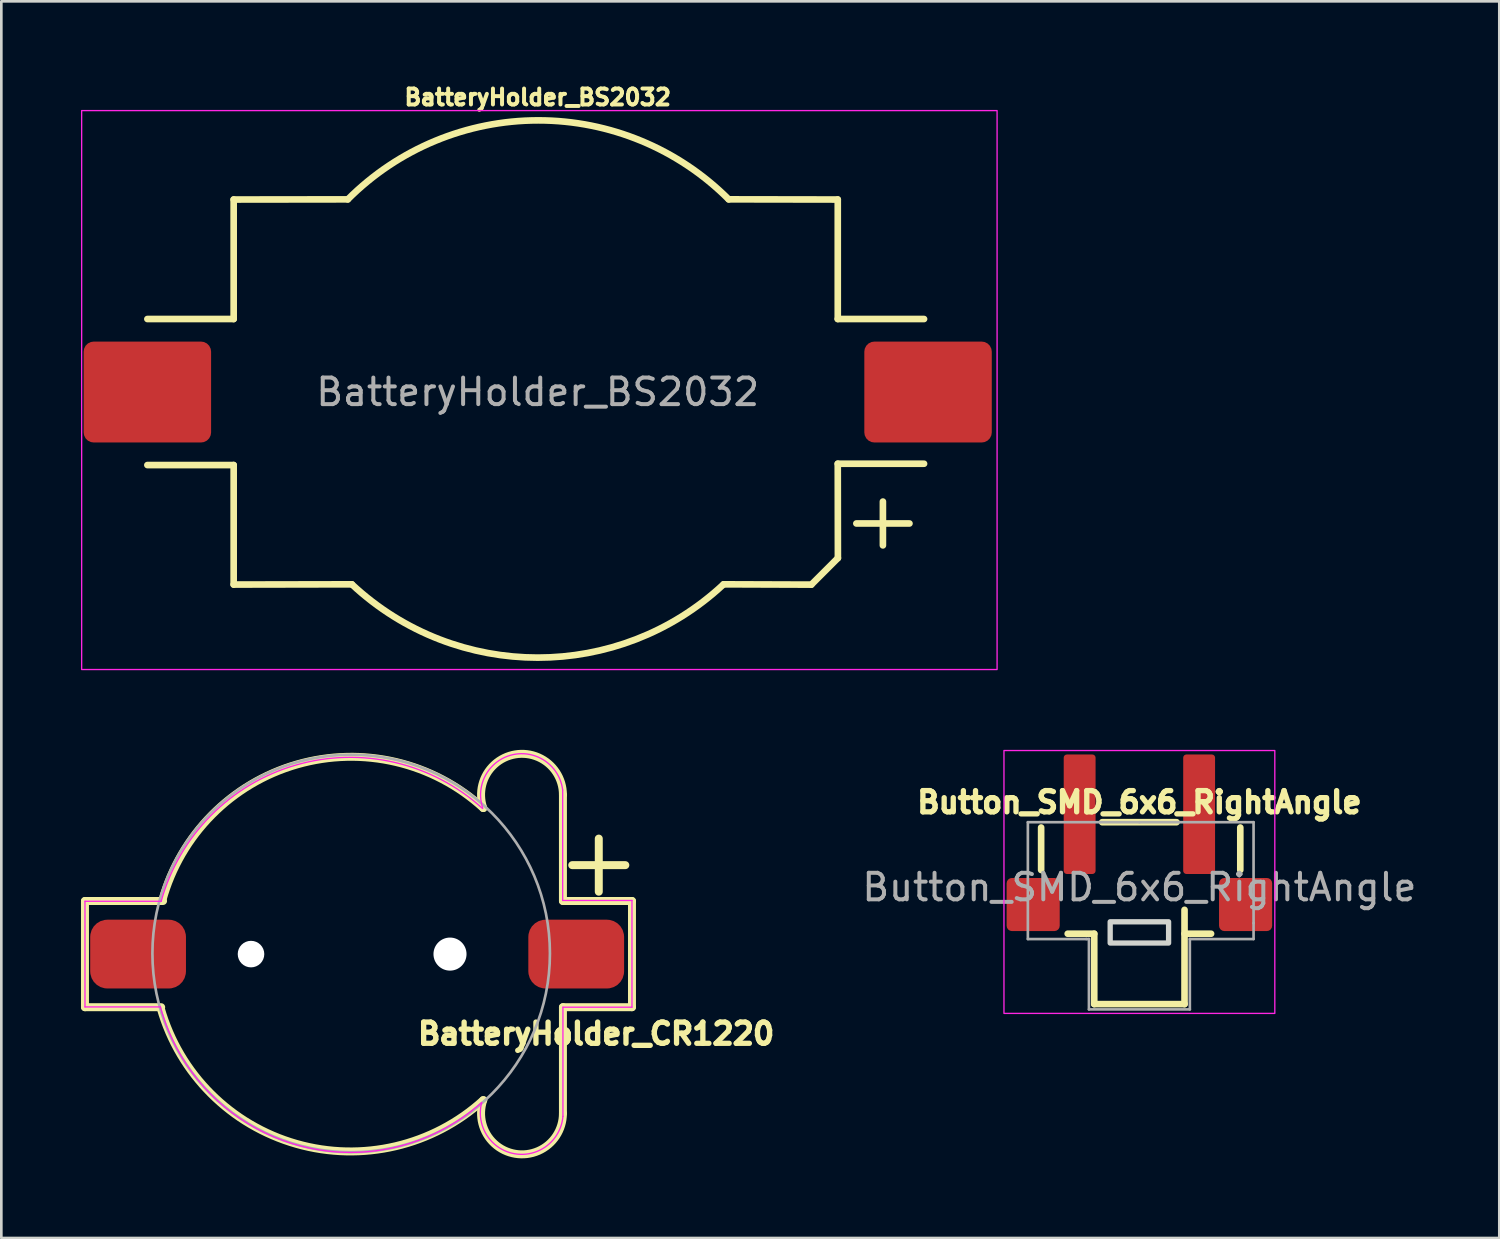
<source format=kicad_pcb>
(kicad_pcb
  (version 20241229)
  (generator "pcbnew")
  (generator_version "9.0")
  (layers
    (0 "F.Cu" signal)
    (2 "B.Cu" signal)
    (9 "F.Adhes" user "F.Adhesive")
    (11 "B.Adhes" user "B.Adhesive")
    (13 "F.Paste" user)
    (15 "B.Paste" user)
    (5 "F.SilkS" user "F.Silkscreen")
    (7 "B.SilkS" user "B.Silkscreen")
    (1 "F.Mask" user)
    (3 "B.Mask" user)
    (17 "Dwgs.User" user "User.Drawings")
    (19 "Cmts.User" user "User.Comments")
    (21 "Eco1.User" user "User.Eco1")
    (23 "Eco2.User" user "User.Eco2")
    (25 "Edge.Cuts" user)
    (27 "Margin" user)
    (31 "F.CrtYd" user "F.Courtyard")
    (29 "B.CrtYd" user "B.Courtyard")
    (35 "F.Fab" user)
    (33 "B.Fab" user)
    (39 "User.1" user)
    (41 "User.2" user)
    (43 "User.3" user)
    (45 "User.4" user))
  (footprint "BatteryHolder_CR1220"
    (layer "F.Cu")
    (at 10.15 32.881)
    (property "Reference" "BatteryHolder_CR1220" (at 9.25 3 0) (layer "F.SilkS") (effects (font (size 0.8 0.8) (thickness 0.2))))
    (attr smd)
    (fp_line (start -10 -2) (end -10 2) (stroke (width 0.3) (type solid)) (layer "F.SilkS"))
    (fp_line (start -10 -2) (end -7.06 -2) (stroke (width 0.3) (type solid)) (layer "F.SilkS"))
    (fp_line (start -10 2) (end -10 0) (stroke (width 0.12) (type solid)) (layer "F.SilkS"))
    (fp_line (start -10 2) (end -7.13 2) (stroke (width 0.3) (type solid)) (layer "F.SilkS"))
    (fp_line (start 8 -2) (end 8 -6) (stroke (width 0.3) (type solid)) (layer "F.SilkS"))
    (fp_line (start 8 6) (end 8 2) (stroke (width 0.3) (type solid)) (layer "F.SilkS"))
    (fp_line (start 8.35 -3.35) (end 10.35 -3.35) (stroke (width 0.3) (type solid)) (layer "F.SilkS"))
    (fp_line (start 9.35 -4.35) (end 9.35 -2.35) (stroke (width 0.3) (type solid)) (layer "F.SilkS"))
    (fp_line (start 10.6 -2) (end 8 -2) (stroke (width 0.3) (type solid)) (layer "F.SilkS"))
    (fp_line (start 10.6 2) (end 8 2) (stroke (width 0.3) (type solid)) (layer "F.SilkS"))
    (fp_line (start 10.6 2) (end 10.6 -2) (stroke (width 0.3) (type solid)) (layer "F.SilkS"))
    (fp_arc (start -7.085387 -2.023702) (mid -2.015108 -7.142458) (end 4.999999 -5.499999) (stroke (width 0.3) (type solid)) (layer "F.SilkS"))
    (fp_arc (start 4.999999 -5.499999) (mid 6.204881 -7.520689) (end 8 -6) (stroke (width 0.3) (type solid)) (layer "F.SilkS"))
    (fp_arc (start 5 5.5) (mid -2.034878 7.148013) (end -7.14704 2.042011) (stroke (width 0.3) (type solid)) (layer "F.SilkS"))
    (fp_arc (start 8 6) (mid 6.20488 7.520694) (end 5 5.5) (stroke (width 0.3) (type solid)) (layer "F.SilkS"))
    (fp_line (start -10 -1.99) (end -10 1.99) (stroke (width 0.05) (type solid)) (layer "F.CrtYd"))
    (fp_line (start -10 1.99) (end -7.16 1.99) (stroke (width 0.05) (type solid)) (layer "F.CrtYd"))
    (fp_line (start -7.13 -1.99) (end -10 -1.99) (stroke (width 0.05) (type solid)) (layer "F.CrtYd"))
    (fp_line (start 7.99 -6.18) (end 7.99 -2.02) (stroke (width 0.05) (type solid)) (layer "F.CrtYd"))
    (fp_line (start 7.99 -2.02) (end 10.6 -2.02) (stroke (width 0.05) (type solid)) (layer "F.CrtYd"))
    (fp_line (start 8 2) (end 8 6.11) (stroke (width 0.05) (type solid)) (layer "F.CrtYd"))
    (fp_line (start 10.6 -2.02) (end 10.6 2) (stroke (width 0.05) (type solid)) (layer "F.CrtYd"))
    (fp_line (start 10.6 2) (end 8 2) (stroke (width 0.05) (type solid)) (layer "F.CrtYd"))
    (fp_arc (start -7.13 -1.99) (mid -2.054791 -7.119859) (end 4.973172 -5.482502) (stroke (width 0.05) (type solid)) (layer "F.CrtYd"))
    (fp_arc (start 4.94 5.59) (mid -2.112702 7.160194) (end -7.16 1.99) (stroke (width 0.05) (type solid)) (layer "F.CrtYd"))
    (fp_arc (start 4.98 -5.5) (mid 6.107879 -7.509316) (end 7.99 -6.18) (stroke (width 0.05) (type solid)) (layer "F.CrtYd"))
    (fp_arc (start 7.999999 6.11) (mid 6.186268 7.519655) (end 4.94 5.59) (stroke (width 0.05) (type solid)) (layer "F.CrtYd"))
    (fp_circle (center 0.025 -0.025) (end 5.075 5.5) (stroke (width 0.1) (type solid)) (fill no) (layer "F.Fab"))
    (pad "" np_thru_hole circle (at -3.747 0 90) (size 1 1) (drill 1) (layers "*.Cu" "*.Mask"))
    (pad "" np_thru_hole circle (at 3.747 0 90) (size 1.245 1.245) (drill 1.3) (layers "*.Cu" "*.Mask"))
    (pad "1" smd roundrect (at 8.5 0) (size 3.607 2.591) (layers "F.Cu" "F.Mask" "F.Paste") (roundrect_rratio 0.25))
    (pad "2" smd roundrect (at -8 0) (size 3.607 2.591) (layers "F.Cu" "F.Mask" "F.Paste") (roundrect_rratio 0.25)))
  (footprint "BatteryHolder_BS2032"
    (layer "F.Cu")
    (at 17.2 11.714)
    (property "Reference" "BatteryHolder_BS2032" (at 0 -11.1 0) (unlocked yes) (layer "F.SilkS") (effects (font (size 0.6 0.6) (thickness 0.15))))
    (attr smd)
    (fp_line (start -14.7 2.75) (end -11.45 2.75) (stroke (width 0.25) (type solid)) (layer "F.SilkS"))
    (fp_line (start -11.45 -2.75) (end -14.7 -2.75) (stroke (width 0.25) (type solid)) (layer "F.SilkS"))
    (fp_line (start -11.45 -2.75) (end -11.45 -7.25) (stroke (width 0.25) (type solid)) (layer "F.SilkS"))
    (fp_line (start -11.45 2.75) (end -11.45 7.25) (stroke (width 0.25) (type solid)) (layer "F.SilkS"))
    (fp_line (start -7.152 -7.256) (end -11.45 -7.25) (stroke (width 0.25) (type solid)) (layer "F.SilkS"))
    (fp_line (start -7 7.241) (end -11.45 7.25) (stroke (width 0.25) (type solid)) (layer "F.SilkS"))
    (fp_line (start 7 7.241) (end 10.305 7.253) (stroke (width 0.25) (type solid)) (layer "F.SilkS"))
    (fp_line (start 7.193 -7.257) (end 11.3 -7.25) (stroke (width 0.25) (type solid)) (layer "F.SilkS"))
    (fp_line (start 11.3 -2.75) (end 11.3 -7.25) (stroke (width 0.25) (type solid)) (layer "F.SilkS"))
    (fp_line (start 11.3 -2.75) (end 14.55 -2.75) (stroke (width 0.25) (type solid)) (layer "F.SilkS"))
    (fp_line (start 11.3 2.7) (end 11.305 6.253) (stroke (width 0.25) (type solid)) (layer "F.SilkS"))
    (fp_line (start 11.3 2.7) (end 14.55 2.7) (stroke (width 0.25) (type solid)) (layer "F.SilkS"))
    (fp_line (start 11.305 6.253) (end 10.305 7.253) (stroke (width 0.25) (type solid)) (layer "F.SilkS"))
    (fp_line (start 12 4.95) (end 14 4.95) (stroke (width 0.25) (type solid)) (layer "F.SilkS"))
    (fp_line (start 13 4.125) (end 13 5.775) (stroke (width 0.25) (type solid)) (layer "F.SilkS"))
    (fp_arc (start -7.151612 -7.255735) (mid 0.020276 -10.230644) (end 7.192551 -7.256671) (stroke (width 0.25) (type solid)) (layer "F.SilkS"))
    (fp_arc (start 7 7.240858) (mid 0 10.00176) (end -7 7.240858) (stroke (width 0.25) (type solid)) (layer "F.SilkS"))
    (fp_rect (start -17.175 -10.6) (end 17.3 10.45) (stroke (width 0.05) (type solid)) (fill no) (layer "F.CrtYd"))
    (fp_text user "${REFERENCE}" (at 0 0 0) (unlocked yes) (layer "F.Fab") (effects (font (size 1 1) (thickness 0.15))))
    (pad "1" smd roundrect (at 14.7 0 270) (size 3.8 4.8) (layers "F.Cu" "F.Mask" "F.Paste") (roundrect_rratio 0.1))
    (pad "2" smd roundrect (at -14.7 0 270) (size 3.8 4.8) (layers "F.Cu" "F.Mask" "F.Paste") (roundrect_rratio 0.1)))
  (footprint "Button_SMD_6x6_RightAngle"
    (layer "F.Cu")
    (at 39.859 30.364)
    (property "Reference" "Button_SMD_6x6_RightAngle" (at 0 -3.2 0) (unlocked yes) (layer "F.SilkS") (effects (font (size 0.8 0.8) (thickness 0.2) (bold yes))))
    (attr smd)
    (fp_line (start -3.7 -0.65) (end -3.7 -2.25) (stroke (width 0.25) (type default)) (layer "F.SilkS"))
    (fp_line (start -1.7 1.75) (end -2.7 1.75) (stroke (width 0.25) (type default)) (layer "F.SilkS"))
    (fp_line (start -1.7 4.4) (end -1.7 1.75) (stroke (width 0.25) (type default)) (layer "F.SilkS"))
    (fp_line (start -1.4 -2.45) (end 1.4 -2.45) (stroke (width 0.25) (type default)) (layer "F.SilkS"))
    (fp_line (start 1.7 0.85) (end 1.7 4.4) (stroke (width 0.25) (type default)) (layer "F.SilkS"))
    (fp_line (start 1.7 1.75) (end 2.7 1.75) (stroke (width 0.25) (type default)) (layer "F.SilkS"))
    (fp_line (start 1.7 4.4) (end -1.7 4.4) (stroke (width 0.25) (type default)) (layer "F.SilkS"))
    (fp_line (start 3.8 -0.65) (end 3.8 -2.25) (stroke (width 0.25) (type default)) (layer "F.SilkS"))
    (fp_rect (start -1.1 1.3) (end 1.1 2.1) (stroke (width 0.2) (type default)) (fill no) (layer "Edge.Cuts"))
    (fp_rect (start -5.1 -5.15) (end 5.1 4.75) (stroke (width 0.05) (type default)) (fill no) (layer "F.CrtYd"))
    (fp_line (start -4.2 -2.45) (end -4.2 1.95) (stroke (width 0.1) (type default)) (layer "F.Fab"))
    (fp_line (start -4.2 1.95) (end -2 1.95) (stroke (width 0.1) (type default)) (layer "F.Fab"))
    (fp_line (start -2 1.95) (end -1.9 1.95) (stroke (width 0.1) (type default)) (layer "F.Fab"))
    (fp_line (start -1.9 1.95) (end -1.9 4.6) (stroke (width 0.1) (type default)) (layer "F.Fab"))
    (fp_line (start -1.9 4.6) (end 1.9 4.6) (stroke (width 0.1) (type default)) (layer "F.Fab"))
    (fp_line (start 0 -2.45) (end -4.2 -2.45) (stroke (width 0.1) (type default)) (layer "F.Fab"))
    (fp_line (start 1.9 1.95) (end 4.3 1.95) (stroke (width 0.1) (type default)) (layer "F.Fab"))
    (fp_line (start 1.9 4.6) (end 1.9 1.95) (stroke (width 0.1) (type default)) (layer "F.Fab"))
    (fp_line (start 4.3 -2.45) (end 0 -2.45) (stroke (width 0.1) (type default)) (layer "F.Fab"))
    (fp_line (start 4.3 1.35) (end 4.3 -2.45) (stroke (width 0.1) (type default)) (layer "F.Fab"))
    (fp_line (start 4.3 1.95) (end 4.3 1.35) (stroke (width 0.1) (type default)) (layer "F.Fab"))
    (fp_text user "${REFERENCE}" (at 0 0 0) (unlocked yes) (layer "F.Fab") (effects (font (size 1 1) (thickness 0.15))))
    (pad "1" smd roundrect (at -2.25 -2.75) (size 1.2 4.5) (layers "F.Cu" "F.Mask" "F.Paste") (roundrect_rratio 0.1))
    (pad "2" smd roundrect (at -4 0.65) (size 2 2) (layers "F.Cu" "F.Mask" "F.Paste") (roundrect_rratio 0.1))
    (pad "2" smd roundrect (at 2.25 -2.75) (size 1.2 4.5) (layers "F.Cu" "F.Mask" "F.Paste") (roundrect_rratio 0.1))
    (pad "2" smd roundrect (at 4 0.65) (size 2 2) (layers "F.Cu" "F.Mask" "F.Paste") (roundrect_rratio 0.1)))
  (gr_rect
    (start -3 -3)
    (end 53.413 43.573)
    (stroke (width 0.1) (type default))
    (fill no)
    (layer "Edge.Cuts")))
</source>
